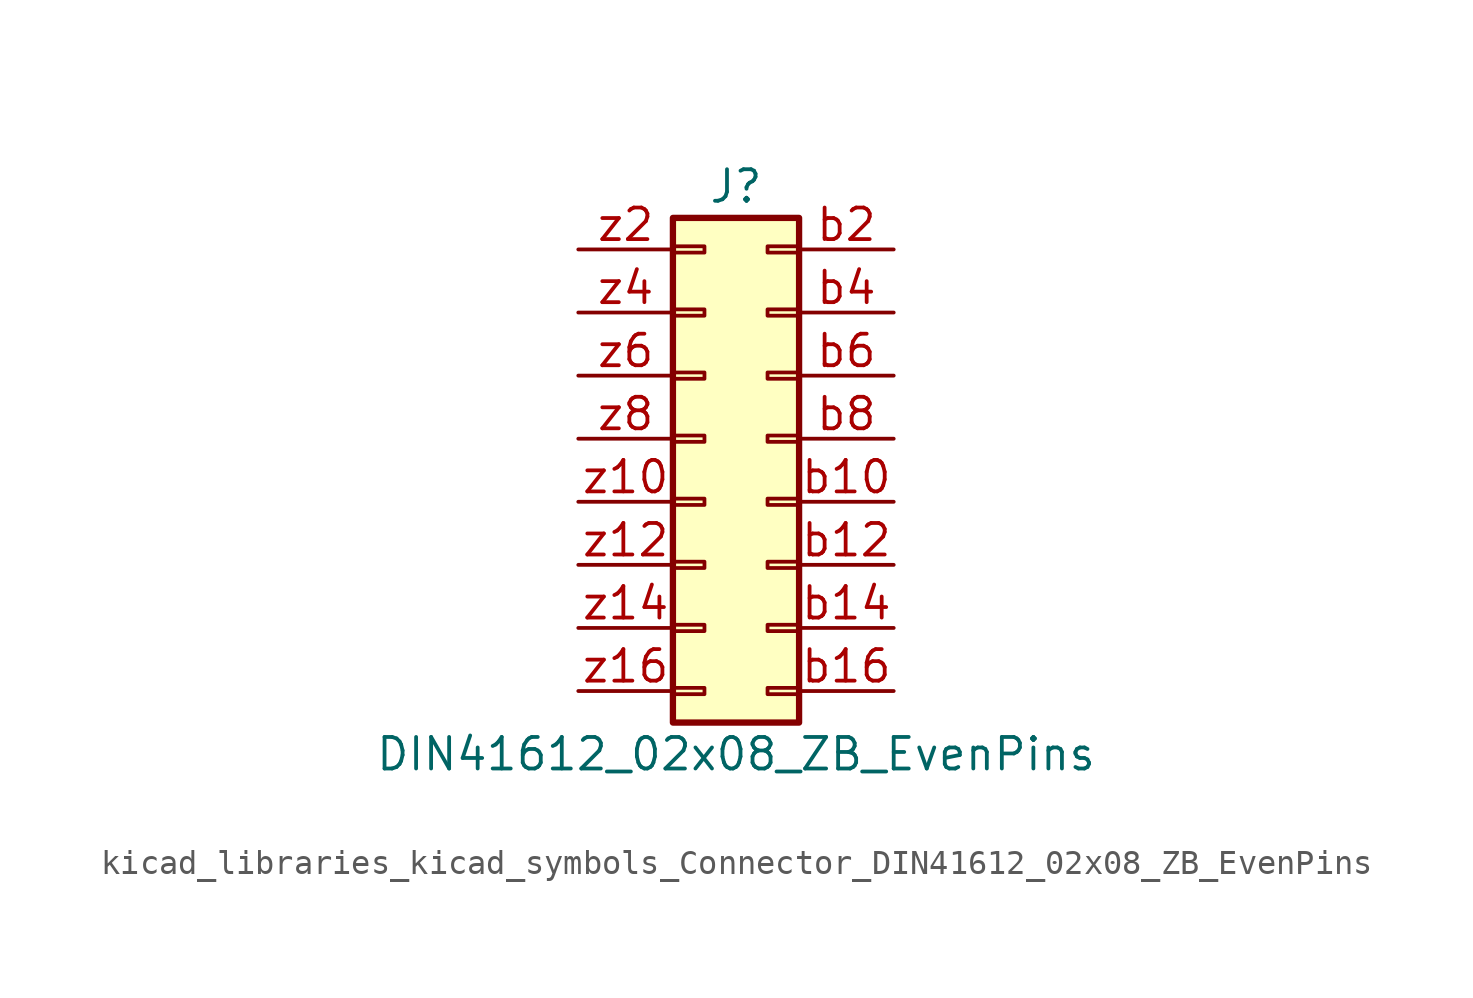
<source format=kicad_sym>
(kicad_symbol_lib
  (version 20220914)
  (generator kicad_symbol_editor)
  (symbol "kicad_libraries_kicad_symbols_Connector_DIN41612_02x08_ZB_EvenPins"
    (pin_names
      (offset 1.016) hide)
    (property "Reference" "J"
      (at 1.27 10.16 0)
      (effects (font (size 1.27 1.27))))
    (property "Value" "DIN41612_02x08_ZB_EvenPins"
      (at 1.27 -12.7 0)
      (effects (font (size 1.27 1.27))))
    (symbol "kicad_libraries_kicad_symbols_Connector_DIN41612_02x08_ZB_EvenPins_1_1"
      (rectangle (start -1.27 -10.033) (end 0 -10.287) (stroke (width 0.152) (type default)) (fill (type none)))
      (rectangle (start -1.27 -7.493) (end 0 -7.747) (stroke (width 0.152) (type default)) (fill (type none)))
      (rectangle (start -1.27 -4.953) (end 0 -5.207) (stroke (width 0.152) (type default)) (fill (type none)))
      (rectangle (start -1.27 -2.413) (end 0 -2.667) (stroke (width 0.152) (type default)) (fill (type none)))
      (rectangle (start -1.27 0.127) (end 0 -0.127) (stroke (width 0.152) (type default)) (fill (type none)))
      (rectangle (start -1.27 2.667) (end 0 2.413) (stroke (width 0.152) (type default)) (fill (type none)))
      (rectangle (start -1.27 5.207) (end 0 4.953) (stroke (width 0.152) (type default)) (fill (type none)))
      (rectangle (start -1.27 7.747) (end 0 7.493) (stroke (width 0.152) (type default)) (fill (type none)))
      (rectangle (start -1.27 8.89) (end 3.81 -11.43) (stroke (width 0.254) (type default)) (fill (type background)))
      (rectangle (start 3.81 -10.033) (end 2.54 -10.287) (stroke (width 0.152) (type default)) (fill (type none)))
      (rectangle (start 3.81 -7.493) (end 2.54 -7.747) (stroke (width 0.152) (type default)) (fill (type none)))
      (rectangle (start 3.81 -4.953) (end 2.54 -5.207) (stroke (width 0.152) (type default)) (fill (type none)))
      (rectangle (start 3.81 -2.413) (end 2.54 -2.667) (stroke (width 0.152) (type default)) (fill (type none)))
      (rectangle (start 3.81 0.127) (end 2.54 -0.127) (stroke (width 0.152) (type default)) (fill (type none)))
      (rectangle (start 3.81 2.667) (end 2.54 2.413) (stroke (width 0.152) (type default)) (fill (type none)))
      (rectangle (start 3.81 5.207) (end 2.54 4.953) (stroke (width 0.152) (type default)) (fill (type none)))
      (rectangle (start 3.81 7.747) (end 2.54 7.493) (stroke (width 0.152) (type default)) (fill (type none)))
      (pin passive line (at 7.62 -2.54 180) (length 3.81) (name "Pin_b10" (effects (font (size 1.27 1.27)))) (number "b10" (effects (font (size 1.27 1.27)))))
      (pin passive line (at 7.62 -5.08 180) (length 3.81) (name "Pin_b12" (effects (font (size 1.27 1.27)))) (number "b12" (effects (font (size 1.27 1.27)))))
      (pin passive line (at 7.62 -7.62 180) (length 3.81) (name "Pin_b14" (effects (font (size 1.27 1.27)))) (number "b14" (effects (font (size 1.27 1.27)))))
      (pin passive line (at 7.62 -10.16 180) (length 3.81) (name "Pin_b16" (effects (font (size 1.27 1.27)))) (number "b16" (effects (font (size 1.27 1.27)))))
      (pin passive line (at 7.62 7.62 180) (length 3.81) (name "Pin_b2" (effects (font (size 1.27 1.27)))) (number "b2" (effects (font (size 1.27 1.27)))))
      (pin passive line (at 7.62 5.08 180) (length 3.81) (name "Pin_b4" (effects (font (size 1.27 1.27)))) (number "b4" (effects (font (size 1.27 1.27)))))
      (pin passive line (at 7.62 2.54 180) (length 3.81) (name "Pin_b6" (effects (font (size 1.27 1.27)))) (number "b6" (effects (font (size 1.27 1.27)))))
      (pin passive line (at 7.62 0 180) (length 3.81) (name "Pin_b8" (effects (font (size 1.27 1.27)))) (number "b8" (effects (font (size 1.27 1.27)))))
      (pin passive line (at -5.08 -2.54 0) (length 3.81) (name "Pin_z10" (effects (font (size 1.27 1.27)))) (number "z10" (effects (font (size 1.27 1.27)))))
      (pin passive line (at -5.08 -5.08 0) (length 3.81) (name "Pin_z12" (effects (font (size 1.27 1.27)))) (number "z12" (effects (font (size 1.27 1.27)))))
      (pin passive line (at -5.08 -7.62 0) (length 3.81) (name "Pin_z14" (effects (font (size 1.27 1.27)))) (number "z14" (effects (font (size 1.27 1.27)))))
      (pin passive line (at -5.08 -10.16 0) (length 3.81) (name "Pin_z16" (effects (font (size 1.27 1.27)))) (number "z16" (effects (font (size 1.27 1.27)))))
      (pin passive line (at -5.08 7.62 0) (length 3.81) (name "Pin_z2" (effects (font (size 1.27 1.27)))) (number "z2" (effects (font (size 1.27 1.27)))))
      (pin passive line (at -5.08 5.08 0) (length 3.81) (name "Pin_z4" (effects (font (size 1.27 1.27)))) (number "z4" (effects (font (size 1.27 1.27)))))
      (pin passive line (at -5.08 2.54 0) (length 3.81) (name "Pin_z6" (effects (font (size 1.27 1.27)))) (number "z6" (effects (font (size 1.27 1.27)))))
      (pin passive line (at -5.08 0 0) (length 3.81) (name "Pin_z8" (effects (font (size 1.27 1.27)))) (number "z8" (effects (font (size 1.27 1.27))))))))
</source>
